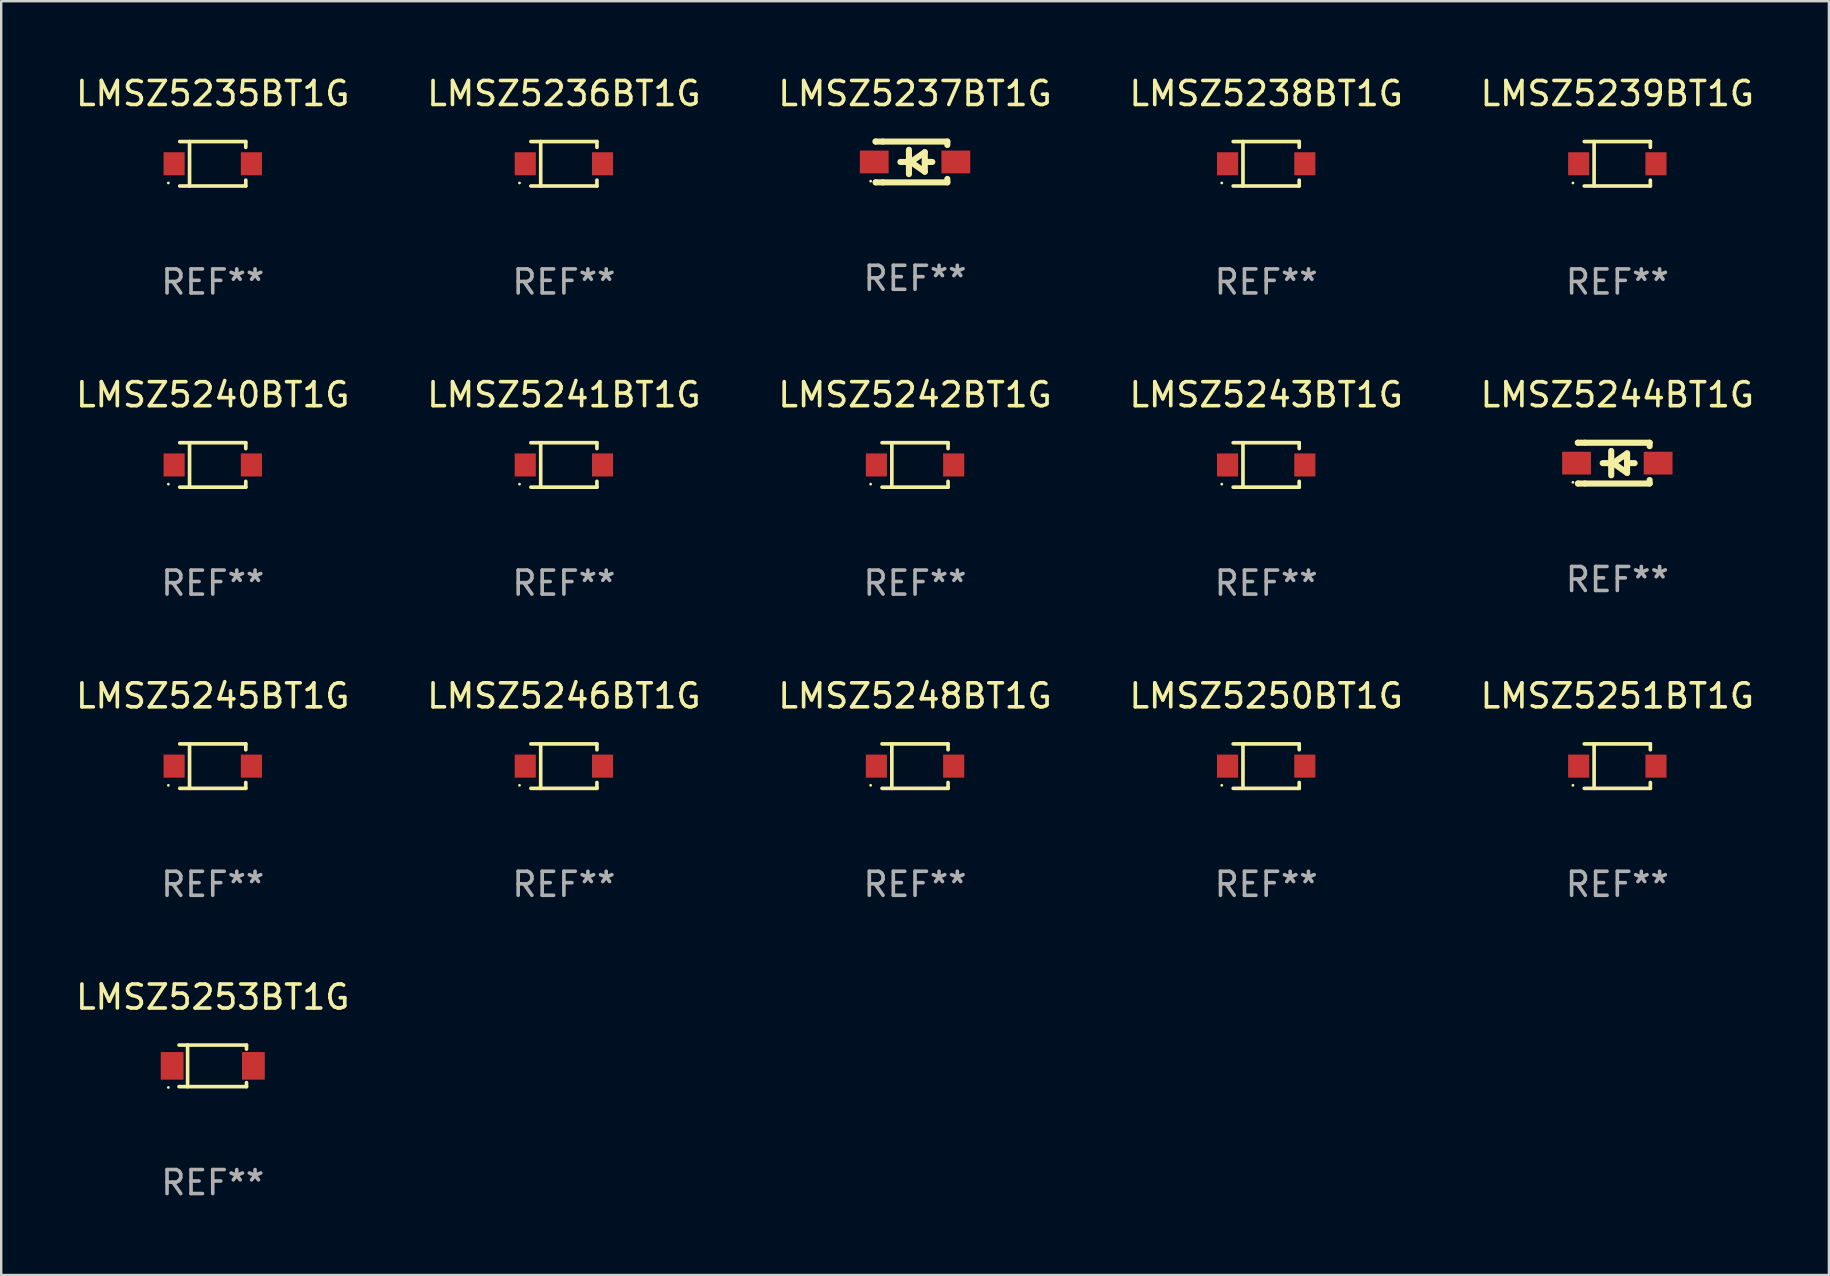
<source format=kicad_pcb>
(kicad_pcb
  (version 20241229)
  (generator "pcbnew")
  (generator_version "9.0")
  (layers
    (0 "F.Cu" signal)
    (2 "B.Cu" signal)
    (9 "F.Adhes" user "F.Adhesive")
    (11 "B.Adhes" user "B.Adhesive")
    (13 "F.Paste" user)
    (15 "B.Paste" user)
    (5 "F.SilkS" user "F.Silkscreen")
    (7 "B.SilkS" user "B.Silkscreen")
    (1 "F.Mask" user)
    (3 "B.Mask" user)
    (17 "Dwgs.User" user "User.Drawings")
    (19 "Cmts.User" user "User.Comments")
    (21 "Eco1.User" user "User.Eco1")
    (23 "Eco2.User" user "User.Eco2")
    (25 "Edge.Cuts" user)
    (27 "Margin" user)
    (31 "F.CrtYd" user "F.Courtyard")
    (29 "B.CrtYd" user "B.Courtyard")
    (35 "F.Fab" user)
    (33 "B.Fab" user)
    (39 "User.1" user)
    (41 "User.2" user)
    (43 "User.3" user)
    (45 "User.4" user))
  (footprint "LMSZ5248BT1G"
    (layer "F.Cu")
    (at 35.077 28.872)
    (property "Reference" "LMSZ5248BT1G" (at 0 -2.926 0) (layer "F.SilkS") (effects (font (size 1 1) (thickness 0.15))))
    (attr through_hole)
    (fp_line (start -1.376 -0.926) (end 1.376 -0.926) (stroke (width 0.152) (type solid)) (layer "F.SilkS"))
    (fp_line (start -1.376 0.926) (end 1.376 0.926) (stroke (width 0.152) (type solid)) (layer "F.SilkS"))
    (fp_line (start -0.967 -0.926) (end -0.967 0.926) (stroke (width 0.152) (type solid)) (layer "F.SilkS"))
    (fp_line (start 1.376 -0.926) (end 1.376 -0.683) (stroke (width 0.152) (type solid)) (layer "F.SilkS"))
    (fp_line (start 1.376 0.926) (end 1.376 0.683) (stroke (width 0.152) (type solid)) (layer "F.SilkS"))
    (fp_circle (center -1.85 0.8) (end -1.82 0.8) (stroke (width 0.06) (type solid)) (fill no) (layer "F.SilkS"))
    (fp_text user "REF**" (at 0 4.926 0) (layer "F.Fab") (effects (font (size 1 1) (thickness 0.15))))
    (pad "1" smd rect (at -1.61 0) (size 0.88 0.96) (layers "F.Cu" "F.Mask" "F.Paste"))
    (pad "2" smd rect (at 1.61 0) (size 0.88 0.96) (layers "F.Cu" "F.Mask" "F.Paste")))
  (footprint "LMSZ5238BT1G"
    (layer "F.Cu")
    (at 49.708 3.774)
    (property "Reference" "LMSZ5238BT1G" (at 0 -2.926 0) (layer "F.SilkS") (effects (font (size 1 1) (thickness 0.15))))
    (attr through_hole)
    (fp_line (start -1.376 -0.926) (end 1.376 -0.926) (stroke (width 0.152) (type solid)) (layer "F.SilkS"))
    (fp_line (start -1.376 0.926) (end 1.376 0.926) (stroke (width 0.152) (type solid)) (layer "F.SilkS"))
    (fp_line (start -0.967 -0.926) (end -0.967 0.926) (stroke (width 0.152) (type solid)) (layer "F.SilkS"))
    (fp_line (start 1.376 -0.926) (end 1.376 -0.683) (stroke (width 0.152) (type solid)) (layer "F.SilkS"))
    (fp_line (start 1.376 0.926) (end 1.376 0.683) (stroke (width 0.152) (type solid)) (layer "F.SilkS"))
    (fp_circle (center -1.85 0.8) (end -1.82 0.8) (stroke (width 0.06) (type solid)) (fill no) (layer "F.SilkS"))
    (fp_text user "REF**" (at 0 4.926 0) (layer "F.Fab") (effects (font (size 1 1) (thickness 0.15))))
    (pad "1" smd rect (at -1.61 0) (size 0.88 0.96) (layers "F.Cu" "F.Mask" "F.Paste"))
    (pad "2" smd rect (at 1.61 0) (size 0.88 0.96) (layers "F.Cu" "F.Mask" "F.Paste")))
  (footprint "LMSZ5253BT1G"
    (layer "F.Cu")
    (at 5.815 41.361)
    (property "Reference" "LMSZ5253BT1G" (at 0 -2.866 0) (layer "F.SilkS") (effects (font (size 1 1) (thickness 0.15))))
    (attr through_hole)
    (fp_line (start -1.406 -0.866) (end 1.406 -0.866) (stroke (width 0.152) (type solid)) (layer "F.SilkS"))
    (fp_line (start -1.406 0.866) (end 1.406 0.866) (stroke (width 0.152) (type solid)) (layer "F.SilkS"))
    (fp_line (start -1.049 -0.866) (end -1.049 0.866) (stroke (width 0.152) (type solid)) (layer "F.SilkS"))
    (fp_line (start 1.406 -0.866) (end 1.406 -0.698) (stroke (width 0.152) (type solid)) (layer "F.SilkS"))
    (fp_line (start 1.406 0.866) (end 1.406 0.698) (stroke (width 0.152) (type solid)) (layer "F.SilkS"))
    (fp_circle (center -1.851 0.9) (end -1.821 0.9) (stroke (width 0.06) (type solid)) (fill no) (layer "F.SilkS"))
    (fp_text user "REF**" (at 0 4.866 0) (layer "F.Fab") (effects (font (size 1 1) (thickness 0.15))))
    (pad "1" smd rect (at -1.692 0) (size 0.95 1.15) (layers "F.Cu" "F.Mask" "F.Paste"))
    (pad "2" smd rect (at 1.692 0) (size 0.95 1.15) (layers "F.Cu" "F.Mask" "F.Paste")))
  (footprint "LMSZ5236BT1G"
    (layer "F.Cu")
    (at 20.446 3.774)
    (property "Reference" "LMSZ5236BT1G" (at 0 -2.926 0) (layer "F.SilkS") (effects (font (size 1 1) (thickness 0.15))))
    (attr through_hole)
    (fp_line (start -1.376 -0.926) (end 1.376 -0.926) (stroke (width 0.152) (type solid)) (layer "F.SilkS"))
    (fp_line (start -1.376 0.926) (end 1.376 0.926) (stroke (width 0.152) (type solid)) (layer "F.SilkS"))
    (fp_line (start -0.967 -0.926) (end -0.967 0.926) (stroke (width 0.152) (type solid)) (layer "F.SilkS"))
    (fp_line (start 1.376 -0.926) (end 1.376 -0.683) (stroke (width 0.152) (type solid)) (layer "F.SilkS"))
    (fp_line (start 1.376 0.926) (end 1.376 0.683) (stroke (width 0.152) (type solid)) (layer "F.SilkS"))
    (fp_circle (center -1.85 0.8) (end -1.82 0.8) (stroke (width 0.06) (type solid)) (fill no) (layer "F.SilkS"))
    (fp_text user "REF**" (at 0 4.926 0) (layer "F.Fab") (effects (font (size 1 1) (thickness 0.15))))
    (pad "1" smd rect (at -1.61 0) (size 0.88 0.96) (layers "F.Cu" "F.Mask" "F.Paste"))
    (pad "2" smd rect (at 1.61 0) (size 0.88 0.96) (layers "F.Cu" "F.Mask" "F.Paste")))
  (footprint "LMSZ5243BT1G"
    (layer "F.Cu")
    (at 49.708 16.323)
    (property "Reference" "LMSZ5243BT1G" (at 0 -2.926 0) (layer "F.SilkS") (effects (font (size 1 1) (thickness 0.15))))
    (attr through_hole)
    (fp_line (start -1.376 -0.926) (end 1.376 -0.926) (stroke (width 0.152) (type solid)) (layer "F.SilkS"))
    (fp_line (start -1.376 0.926) (end 1.376 0.926) (stroke (width 0.152) (type solid)) (layer "F.SilkS"))
    (fp_line (start -0.967 -0.926) (end -0.967 0.926) (stroke (width 0.152) (type solid)) (layer "F.SilkS"))
    (fp_line (start 1.376 -0.926) (end 1.376 -0.683) (stroke (width 0.152) (type solid)) (layer "F.SilkS"))
    (fp_line (start 1.376 0.926) (end 1.376 0.683) (stroke (width 0.152) (type solid)) (layer "F.SilkS"))
    (fp_circle (center -1.85 0.8) (end -1.82 0.8) (stroke (width 0.06) (type solid)) (fill no) (layer "F.SilkS"))
    (fp_text user "REF**" (at 0 4.926 0) (layer "F.Fab") (effects (font (size 1 1) (thickness 0.15))))
    (pad "1" smd rect (at -1.61 0) (size 0.88 0.96) (layers "F.Cu" "F.Mask" "F.Paste"))
    (pad "2" smd rect (at 1.61 0) (size 0.88 0.96) (layers "F.Cu" "F.Mask" "F.Paste")))
  (footprint "LMSZ5245BT1G"
    (layer "F.Cu")
    (at 5.815 28.872)
    (property "Reference" "LMSZ5245BT1G" (at 0 -2.926 0) (layer "F.SilkS") (effects (font (size 1 1) (thickness 0.15))))
    (attr through_hole)
    (fp_line (start -1.376 -0.926) (end 1.376 -0.926) (stroke (width 0.152) (type solid)) (layer "F.SilkS"))
    (fp_line (start -1.376 0.926) (end 1.376 0.926) (stroke (width 0.152) (type solid)) (layer "F.SilkS"))
    (fp_line (start -0.967 -0.926) (end -0.967 0.926) (stroke (width 0.152) (type solid)) (layer "F.SilkS"))
    (fp_line (start 1.376 -0.926) (end 1.376 -0.683) (stroke (width 0.152) (type solid)) (layer "F.SilkS"))
    (fp_line (start 1.376 0.926) (end 1.376 0.683) (stroke (width 0.152) (type solid)) (layer "F.SilkS"))
    (fp_circle (center -1.85 0.8) (end -1.82 0.8) (stroke (width 0.06) (type solid)) (fill no) (layer "F.SilkS"))
    (fp_text user "REF**" (at 0 4.926 0) (layer "F.Fab") (effects (font (size 1 1) (thickness 0.15))))
    (pad "1" smd rect (at -1.61 0) (size 0.88 0.96) (layers "F.Cu" "F.Mask" "F.Paste"))
    (pad "2" smd rect (at 1.61 0) (size 0.88 0.96) (layers "F.Cu" "F.Mask" "F.Paste")))
  (footprint "LMSZ5246BT1G"
    (layer "F.Cu")
    (at 20.446 28.872)
    (property "Reference" "LMSZ5246BT1G" (at 0 -2.926 0) (layer "F.SilkS") (effects (font (size 1 1) (thickness 0.15))))
    (attr through_hole)
    (fp_line (start -1.376 -0.926) (end 1.376 -0.926) (stroke (width 0.152) (type solid)) (layer "F.SilkS"))
    (fp_line (start -1.376 0.926) (end 1.376 0.926) (stroke (width 0.152) (type solid)) (layer "F.SilkS"))
    (fp_line (start -0.967 -0.926) (end -0.967 0.926) (stroke (width 0.152) (type solid)) (layer "F.SilkS"))
    (fp_line (start 1.376 -0.926) (end 1.376 -0.683) (stroke (width 0.152) (type solid)) (layer "F.SilkS"))
    (fp_line (start 1.376 0.926) (end 1.376 0.683) (stroke (width 0.152) (type solid)) (layer "F.SilkS"))
    (fp_circle (center -1.85 0.8) (end -1.82 0.8) (stroke (width 0.06) (type solid)) (fill no) (layer "F.SilkS"))
    (fp_text user "REF**" (at 0 4.926 0) (layer "F.Fab") (effects (font (size 1 1) (thickness 0.15))))
    (pad "1" smd rect (at -1.61 0) (size 0.88 0.96) (layers "F.Cu" "F.Mask" "F.Paste"))
    (pad "2" smd rect (at 1.61 0) (size 0.88 0.96) (layers "F.Cu" "F.Mask" "F.Paste")))
  (footprint "LMSZ5240BT1G"
    (layer "F.Cu")
    (at 5.815 16.323)
    (property "Reference" "LMSZ5240BT1G" (at 0 -2.926 0) (layer "F.SilkS") (effects (font (size 1 1) (thickness 0.15))))
    (attr through_hole)
    (fp_line (start -1.376 -0.926) (end 1.376 -0.926) (stroke (width 0.152) (type solid)) (layer "F.SilkS"))
    (fp_line (start -1.376 0.926) (end 1.376 0.926) (stroke (width 0.152) (type solid)) (layer "F.SilkS"))
    (fp_line (start -0.967 -0.926) (end -0.967 0.926) (stroke (width 0.152) (type solid)) (layer "F.SilkS"))
    (fp_line (start 1.376 -0.926) (end 1.376 -0.683) (stroke (width 0.152) (type solid)) (layer "F.SilkS"))
    (fp_line (start 1.376 0.926) (end 1.376 0.683) (stroke (width 0.152) (type solid)) (layer "F.SilkS"))
    (fp_circle (center -1.85 0.8) (end -1.82 0.8) (stroke (width 0.06) (type solid)) (fill no) (layer "F.SilkS"))
    (fp_text user "REF**" (at 0 4.926 0) (layer "F.Fab") (effects (font (size 1 1) (thickness 0.15))))
    (pad "1" smd rect (at -1.61 -0.000076) (size 0.88 0.96) (layers "F.Cu" "F.Mask" "F.Paste"))
    (pad "2" smd rect (at 1.61 -0.000076) (size 0.88 0.96) (layers "F.Cu" "F.Mask" "F.Paste")))
  (footprint "LMSZ5235BT1G"
    (layer "F.Cu")
    (at 5.815 3.774)
    (property "Reference" "LMSZ5235BT1G" (at 0 -2.926 0) (layer "F.SilkS") (effects (font (size 1 1) (thickness 0.15))))
    (attr through_hole)
    (fp_line (start -1.376 -0.926) (end 1.376 -0.926) (stroke (width 0.152) (type solid)) (layer "F.SilkS"))
    (fp_line (start -1.376 0.926) (end 1.376 0.926) (stroke (width 0.152) (type solid)) (layer "F.SilkS"))
    (fp_line (start -0.967 -0.926) (end -0.967 0.926) (stroke (width 0.152) (type solid)) (layer "F.SilkS"))
    (fp_line (start 1.376 -0.926) (end 1.376 -0.683) (stroke (width 0.152) (type solid)) (layer "F.SilkS"))
    (fp_line (start 1.376 0.926) (end 1.376 0.683) (stroke (width 0.152) (type solid)) (layer "F.SilkS"))
    (fp_circle (center -1.85 0.8) (end -1.82 0.8) (stroke (width 0.06) (type solid)) (fill no) (layer "F.SilkS"))
    (fp_text user "REF**" (at 0 4.926 0) (layer "F.Fab") (effects (font (size 1 1) (thickness 0.15))))
    (pad "1" smd rect (at -1.61 0) (size 0.88 0.96) (layers "F.Cu" "F.Mask" "F.Paste"))
    (pad "2" smd rect (at 1.61 0) (size 0.88 0.96) (layers "F.Cu" "F.Mask" "F.Paste")))
  (footprint "LMSZ5242BT1G"
    (layer "F.Cu")
    (at 35.077 16.323)
    (property "Reference" "LMSZ5242BT1G" (at 0 -2.926 0) (layer "F.SilkS") (effects (font (size 1 1) (thickness 0.15))))
    (attr through_hole)
    (fp_line (start -1.376 -0.926) (end 1.376 -0.926) (stroke (width 0.152) (type solid)) (layer "F.SilkS"))
    (fp_line (start -1.376 0.926) (end 1.376 0.926) (stroke (width 0.152) (type solid)) (layer "F.SilkS"))
    (fp_line (start -0.967 -0.926) (end -0.967 0.926) (stroke (width 0.152) (type solid)) (layer "F.SilkS"))
    (fp_line (start 1.376 -0.926) (end 1.376 -0.683) (stroke (width 0.152) (type solid)) (layer "F.SilkS"))
    (fp_line (start 1.376 0.926) (end 1.376 0.683) (stroke (width 0.152) (type solid)) (layer "F.SilkS"))
    (fp_circle (center -1.85 0.8) (end -1.82 0.8) (stroke (width 0.06) (type solid)) (fill no) (layer "F.SilkS"))
    (fp_text user "REF**" (at 0 4.926 0) (layer "F.Fab") (effects (font (size 1 1) (thickness 0.15))))
    (pad "1" smd rect (at -1.61 0) (size 0.88 0.96) (layers "F.Cu" "F.Mask" "F.Paste"))
    (pad "2" smd rect (at 1.61 0) (size 0.88 0.96) (layers "F.Cu" "F.Mask" "F.Paste")))
  (footprint "LMSZ5239BT1G"
    (layer "F.Cu")
    (at 64.339 3.774)
    (property "Reference" "LMSZ5239BT1G" (at 0 -2.926 0) (layer "F.SilkS") (effects (font (size 1 1) (thickness 0.15))))
    (attr through_hole)
    (fp_line (start -1.376 -0.926) (end 1.376 -0.926) (stroke (width 0.152) (type solid)) (layer "F.SilkS"))
    (fp_line (start -1.376 0.926) (end 1.376 0.926) (stroke (width 0.152) (type solid)) (layer "F.SilkS"))
    (fp_line (start -0.967 -0.926) (end -0.967 0.926) (stroke (width 0.152) (type solid)) (layer "F.SilkS"))
    (fp_line (start 1.376 -0.926) (end 1.376 -0.683) (stroke (width 0.152) (type solid)) (layer "F.SilkS"))
    (fp_line (start 1.376 0.926) (end 1.376 0.683) (stroke (width 0.152) (type solid)) (layer "F.SilkS"))
    (fp_circle (center -1.85 0.8) (end -1.82 0.8) (stroke (width 0.06) (type solid)) (fill no) (layer "F.SilkS"))
    (fp_text user "REF**" (at 0 4.926 0) (layer "F.Fab") (effects (font (size 1 1) (thickness 0.15))))
    (pad "1" smd rect (at -1.61 0) (size 0.88 0.96) (layers "F.Cu" "F.Mask" "F.Paste"))
    (pad "2" smd rect (at 1.61 0) (size 0.88 0.96) (layers "F.Cu" "F.Mask" "F.Paste")))
  (footprint "LMSZ5251BT1G"
    (layer "F.Cu")
    (at 64.339 28.872)
    (property "Reference" "LMSZ5251BT1G" (at 0 -2.926 0) (layer "F.SilkS") (effects (font (size 1 1) (thickness 0.15))))
    (attr through_hole)
    (fp_line (start -1.376 -0.926) (end 1.376 -0.926) (stroke (width 0.152) (type solid)) (layer "F.SilkS"))
    (fp_line (start -1.376 0.926) (end 1.376 0.926) (stroke (width 0.152) (type solid)) (layer "F.SilkS"))
    (fp_line (start -0.967 -0.926) (end -0.967 0.926) (stroke (width 0.152) (type solid)) (layer "F.SilkS"))
    (fp_line (start 1.376 -0.926) (end 1.376 -0.683) (stroke (width 0.152) (type solid)) (layer "F.SilkS"))
    (fp_line (start 1.376 0.926) (end 1.376 0.683) (stroke (width 0.152) (type solid)) (layer "F.SilkS"))
    (fp_circle (center -1.85 0.8) (end -1.82 0.8) (stroke (width 0.06) (type solid)) (fill no) (layer "F.SilkS"))
    (fp_text user "REF**" (at 0 4.926 0) (layer "F.Fab") (effects (font (size 1 1) (thickness 0.15))))
    (pad "1" smd rect (at -1.61 0) (size 0.88 0.96) (layers "F.Cu" "F.Mask" "F.Paste"))
    (pad "2" smd rect (at 1.61 0) (size 0.88 0.96) (layers "F.Cu" "F.Mask" "F.Paste")))
  (footprint "LMSZ5244BT1G"
    (layer "F.Cu")
    (at 64.339 16.247)
    (property "Reference" "LMSZ5244BT1G" (at 0 -2.85 0) (layer "F.SilkS") (effects (font (size 1 1) (thickness 0.15))))
    (attr through_hole)
    (fp_line (start -1.643 -0.85) (end -1.644 -0.849) (stroke (width 0.254) (type solid)) (layer "F.SilkS"))
    (fp_line (start -1.638 0.85) (end -1.639 0.849) (stroke (width 0.254) (type solid)) (layer "F.SilkS"))
    (fp_line (start -1.346 -0.85) (end -1.643 -0.85) (stroke (width 0.254) (type solid)) (layer "F.SilkS"))
    (fp_line (start -1.346 -0.85) (end 1.346 -0.85) (stroke (width 0.254) (type solid)) (layer "F.SilkS"))
    (fp_line (start -1.346 0.85) (end -1.638 0.85) (stroke (width 0.254) (type solid)) (layer "F.SilkS"))
    (fp_line (start -0.28 0) (end -0.61 0) (stroke (width 0.254) (type solid)) (layer "F.SilkS"))
    (fp_line (start -0.254 -0.508) (end -0.254 0.508) (stroke (width 0.254) (type solid)) (layer "F.SilkS"))
    (fp_line (start -0.178 0) (end 0.406 -0.406) (stroke (width 0.254) (type solid)) (layer "F.SilkS"))
    (fp_line (start 0.406 -0.406) (end 0.406 0.406) (stroke (width 0.254) (type solid)) (layer "F.SilkS"))
    (fp_line (start 0.406 -0.000254) (end 0.72 -0.000254) (stroke (width 0.254) (type solid)) (layer "F.SilkS"))
    (fp_line (start 0.406 0.406) (end -0.178 0) (stroke (width 0.254) (type solid)) (layer "F.SilkS"))
    (fp_line (start 1.346 -0.85) (end 1.346 -0.706) (stroke (width 0.254) (type solid)) (layer "F.SilkS"))
    (fp_line (start 1.346 0.706) (end 1.346 0.85) (stroke (width 0.254) (type solid)) (layer "F.SilkS"))
    (fp_line (start 1.346 0.85) (end -1.346 0.85) (stroke (width 0.254) (type solid)) (layer "F.SilkS"))
    (fp_circle (center -1.85 0.8) (end -1.82 0.8) (stroke (width 0.06) (type solid)) (fill no) (layer "F.SilkS"))
    (fp_text user "REF**" (at 0 4.85 0) (layer "F.Fab") (effects (font (size 1 1) (thickness 0.15))))
    (pad "1" smd rect (at -1.7 0) (size 1.2 0.95) (layers "F.Cu" "F.Mask" "F.Paste"))
    (pad "2" smd rect (at 1.7 0) (size 1.2 0.95) (layers "F.Cu" "F.Mask" "F.Paste")))
  (footprint "LMSZ5241BT1G"
    (layer "F.Cu")
    (at 20.446 16.323)
    (property "Reference" "LMSZ5241BT1G" (at 0 -2.926 0) (layer "F.SilkS") (effects (font (size 1 1) (thickness 0.15))))
    (attr through_hole)
    (fp_line (start -1.376 -0.926) (end 1.376 -0.926) (stroke (width 0.152) (type solid)) (layer "F.SilkS"))
    (fp_line (start -1.376 0.926) (end 1.376 0.926) (stroke (width 0.152) (type solid)) (layer "F.SilkS"))
    (fp_line (start -0.967 -0.926) (end -0.967 0.926) (stroke (width 0.152) (type solid)) (layer "F.SilkS"))
    (fp_line (start 1.376 -0.926) (end 1.376 -0.683) (stroke (width 0.152) (type solid)) (layer "F.SilkS"))
    (fp_line (start 1.376 0.926) (end 1.376 0.683) (stroke (width 0.152) (type solid)) (layer "F.SilkS"))
    (fp_circle (center -1.85 0.8) (end -1.82 0.8) (stroke (width 0.06) (type solid)) (fill no) (layer "F.SilkS"))
    (fp_text user "REF**" (at 0 4.926 0) (layer "F.Fab") (effects (font (size 1 1) (thickness 0.15))))
    (pad "1" smd rect (at -1.61 0) (size 0.88 0.96) (layers "F.Cu" "F.Mask" "F.Paste"))
    (pad "2" smd rect (at 1.61 0) (size 0.88 0.96) (layers "F.Cu" "F.Mask" "F.Paste")))
  (footprint "LMSZ5237BT1G"
    (layer "F.Cu")
    (at 35.077 3.698)
    (property "Reference" "LMSZ5237BT1G" (at 0 -2.85 0) (layer "F.SilkS") (effects (font (size 1 1) (thickness 0.15))))
    (attr through_hole)
    (fp_line (start -1.643 -0.85) (end -1.644 -0.849) (stroke (width 0.254) (type solid)) (layer "F.SilkS"))
    (fp_line (start -1.638 0.85) (end -1.639 0.849) (stroke (width 0.254) (type solid)) (layer "F.SilkS"))
    (fp_line (start -1.346 -0.85) (end -1.643 -0.85) (stroke (width 0.254) (type solid)) (layer "F.SilkS"))
    (fp_line (start -1.346 -0.85) (end 1.346 -0.85) (stroke (width 0.254) (type solid)) (layer "F.SilkS"))
    (fp_line (start -1.346 0.85) (end -1.638 0.85) (stroke (width 0.254) (type solid)) (layer "F.SilkS"))
    (fp_line (start -0.28 0) (end -0.61 0) (stroke (width 0.254) (type solid)) (layer "F.SilkS"))
    (fp_line (start -0.254 -0.508) (end -0.254 0.508) (stroke (width 0.254) (type solid)) (layer "F.SilkS"))
    (fp_line (start -0.178 0) (end 0.406 -0.406) (stroke (width 0.254) (type solid)) (layer "F.SilkS"))
    (fp_line (start 0.406 -0.406) (end 0.406 0.406) (stroke (width 0.254) (type solid)) (layer "F.SilkS"))
    (fp_line (start 0.406 -0.000254) (end 0.72 -0.000254) (stroke (width 0.254) (type solid)) (layer "F.SilkS"))
    (fp_line (start 0.406 0.406) (end -0.178 0) (stroke (width 0.254) (type solid)) (layer "F.SilkS"))
    (fp_line (start 1.346 -0.85) (end 1.346 -0.706) (stroke (width 0.254) (type solid)) (layer "F.SilkS"))
    (fp_line (start 1.346 0.706) (end 1.346 0.85) (stroke (width 0.254) (type solid)) (layer "F.SilkS"))
    (fp_line (start 1.346 0.85) (end -1.346 0.85) (stroke (width 0.254) (type solid)) (layer "F.SilkS"))
    (fp_circle (center -1.85 0.8) (end -1.82 0.8) (stroke (width 0.06) (type solid)) (fill no) (layer "F.SilkS"))
    (fp_text user "REF**" (at 0 4.85 0) (layer "F.Fab") (effects (font (size 1 1) (thickness 0.15))))
    (pad "1" smd rect (at -1.7 0) (size 1.2 0.95) (layers "F.Cu" "F.Mask" "F.Paste"))
    (pad "2" smd rect (at 1.7 0) (size 1.2 0.95) (layers "F.Cu" "F.Mask" "F.Paste")))
  (footprint "LMSZ5250BT1G"
    (layer "F.Cu")
    (at 49.708 28.872)
    (property "Reference" "LMSZ5250BT1G" (at 0 -2.926 0) (layer "F.SilkS") (effects (font (size 1 1) (thickness 0.15))))
    (attr through_hole)
    (fp_line (start -1.376 -0.926) (end 1.376 -0.926) (stroke (width 0.152) (type solid)) (layer "F.SilkS"))
    (fp_line (start -1.376 0.926) (end 1.376 0.926) (stroke (width 0.152) (type solid)) (layer "F.SilkS"))
    (fp_line (start -0.967 -0.926) (end -0.967 0.926) (stroke (width 0.152) (type solid)) (layer "F.SilkS"))
    (fp_line (start 1.376 -0.926) (end 1.376 -0.683) (stroke (width 0.152) (type solid)) (layer "F.SilkS"))
    (fp_line (start 1.376 0.926) (end 1.376 0.683) (stroke (width 0.152) (type solid)) (layer "F.SilkS"))
    (fp_circle (center -1.85 0.8) (end -1.82 0.8) (stroke (width 0.06) (type solid)) (fill no) (layer "F.SilkS"))
    (fp_text user "REF**" (at 0 4.926 0) (layer "F.Fab") (effects (font (size 1 1) (thickness 0.15))))
    (pad "1" smd rect (at -1.61 0) (size 0.88 0.96) (layers "F.Cu" "F.Mask" "F.Paste"))
    (pad "2" smd rect (at 1.61 0) (size 0.88 0.96) (layers "F.Cu" "F.Mask" "F.Paste")))
  (gr_rect
    (start -3 -3)
    (end 73.155 50.076)
    (stroke (width 0.1) (type default))
    (fill no)
    (layer "Edge.Cuts")))
</source>
